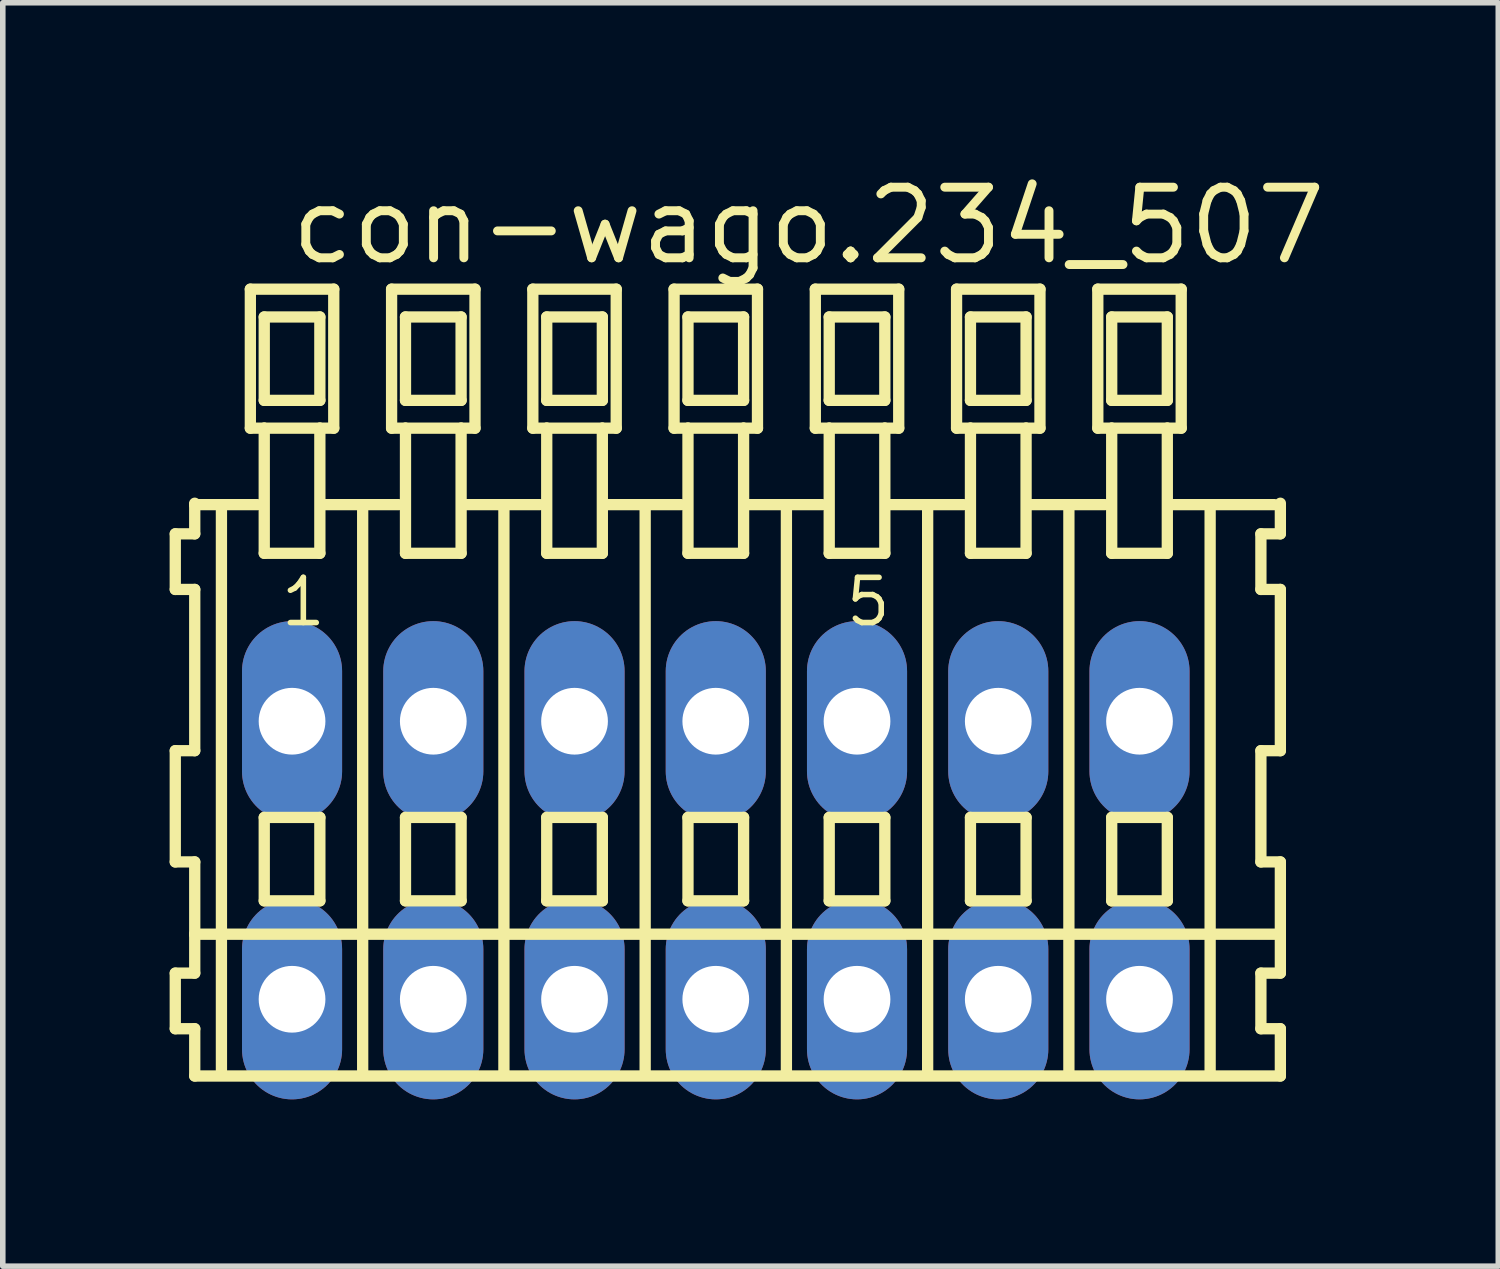
<source format=kicad_pcb>
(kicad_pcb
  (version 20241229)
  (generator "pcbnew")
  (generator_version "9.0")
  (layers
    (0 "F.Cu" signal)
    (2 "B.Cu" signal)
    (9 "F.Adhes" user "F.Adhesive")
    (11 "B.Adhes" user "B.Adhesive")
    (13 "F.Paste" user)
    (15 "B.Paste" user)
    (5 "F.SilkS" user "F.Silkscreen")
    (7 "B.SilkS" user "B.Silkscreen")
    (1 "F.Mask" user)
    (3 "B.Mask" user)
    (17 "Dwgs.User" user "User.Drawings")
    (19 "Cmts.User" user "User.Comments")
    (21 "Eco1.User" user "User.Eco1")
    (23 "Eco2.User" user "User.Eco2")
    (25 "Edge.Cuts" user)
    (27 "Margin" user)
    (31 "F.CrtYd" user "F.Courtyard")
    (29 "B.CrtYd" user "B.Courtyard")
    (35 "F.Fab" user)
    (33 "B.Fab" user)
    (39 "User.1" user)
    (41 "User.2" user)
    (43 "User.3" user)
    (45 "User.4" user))
  (footprint "con-wago.234_507"
    (layer "F.Cu")
    (at 9.822 12.42)
    (property "Reference" "con-wago.234_507" (at -7.72 -10.67 0) (layer "F.SilkS") (effects (font (size 1.27 1.27) (thickness 0.16)) (justify left bottom)))
    (attr through_hole)
    (fp_line (start -9.72 -5.87) (end -9.72 -4.87) (stroke (width 0.203) (type default)) (layer "F.SilkS"))
    (fp_line (start -9.72 -4.87) (end -9.37 -4.87) (stroke (width 0.203) (type default)) (layer "F.SilkS"))
    (fp_line (start -9.72 -1.97) (end -9.72 0.03) (stroke (width 0.203) (type default)) (layer "F.SilkS"))
    (fp_line (start -9.72 0.03) (end -9.37 0.03) (stroke (width 0.203) (type default)) (layer "F.SilkS"))
    (fp_line (start -9.72 2.03) (end -9.72 3.03) (stroke (width 0.203) (type default)) (layer "F.SilkS"))
    (fp_line (start -9.72 3.03) (end -9.37 3.03) (stroke (width 0.203) (type default)) (layer "F.SilkS"))
    (fp_line (start -9.37 -6.42) (end -9.37 -6.395) (stroke (width 0.203) (type default)) (layer "F.SilkS"))
    (fp_line (start -9.37 -6.395) (end -9.37 -5.87) (stroke (width 0.203) (type default)) (layer "F.SilkS"))
    (fp_line (start -9.37 -6.395) (end -8.245 -6.395) (stroke (width 0.203) (type default)) (layer "F.SilkS"))
    (fp_line (start -9.37 -5.87) (end -9.72 -5.87) (stroke (width 0.203) (type default)) (layer "F.SilkS"))
    (fp_line (start -9.37 -4.87) (end -9.37 -1.97) (stroke (width 0.203) (type default)) (layer "F.SilkS"))
    (fp_line (start -9.37 -1.97) (end -9.72 -1.97) (stroke (width 0.203) (type default)) (layer "F.SilkS"))
    (fp_line (start -9.37 0.03) (end -9.37 1.33) (stroke (width 0.203) (type default)) (layer "F.SilkS"))
    (fp_line (start -9.37 1.33) (end -9.37 2.03) (stroke (width 0.203) (type default)) (layer "F.SilkS"))
    (fp_line (start -9.37 1.33) (end 10.153 1.33) (stroke (width 0.203) (type default)) (layer "F.SilkS"))
    (fp_line (start -9.37 2.03) (end -9.72 2.03) (stroke (width 0.203) (type default)) (layer "F.SilkS"))
    (fp_line (start -9.37 3.03) (end -9.37 3.88) (stroke (width 0.203) (type default)) (layer "F.SilkS"))
    (fp_line (start -9.37 3.88) (end 10.153 3.88) (stroke (width 0.203) (type default)) (layer "F.SilkS"))
    (fp_line (start -8.89 3.83) (end -8.89 -6.33) (stroke (width 0.203) (type default)) (layer "F.SilkS"))
    (fp_line (start -8.37 -10.27) (end -8.37 -7.77) (stroke (width 0.203) (type default)) (layer "F.SilkS"))
    (fp_line (start -8.37 -7.77) (end -8.12 -7.77) (stroke (width 0.203) (type default)) (layer "F.SilkS"))
    (fp_line (start -8.12 -9.77) (end -8.12 -8.27) (stroke (width 0.203) (type default)) (layer "F.SilkS"))
    (fp_line (start -8.12 -8.27) (end -7.12 -8.27) (stroke (width 0.203) (type default)) (layer "F.SilkS"))
    (fp_line (start -8.12 -7.77) (end -8.12 -5.52) (stroke (width 0.203) (type default)) (layer "F.SilkS"))
    (fp_line (start -8.12 -7.77) (end -7.12 -7.77) (stroke (width 0.203) (type default)) (layer "F.SilkS"))
    (fp_line (start -8.12 -5.52) (end -7.12 -5.52) (stroke (width 0.203) (type default)) (layer "F.SilkS"))
    (fp_line (start -8.12 -0.77) (end -8.12 0.73) (stroke (width 0.203) (type default)) (layer "F.SilkS"))
    (fp_line (start -8.12 0.73) (end -7.12 0.73) (stroke (width 0.203) (type default)) (layer "F.SilkS"))
    (fp_line (start -7.12 -9.77) (end -8.12 -9.77) (stroke (width 0.203) (type default)) (layer "F.SilkS"))
    (fp_line (start -7.12 -8.27) (end -7.12 -9.77) (stroke (width 0.203) (type default)) (layer "F.SilkS"))
    (fp_line (start -7.12 -7.77) (end -6.87 -7.77) (stroke (width 0.203) (type default)) (layer "F.SilkS"))
    (fp_line (start -7.12 -5.52) (end -7.12 -7.77) (stroke (width 0.203) (type default)) (layer "F.SilkS"))
    (fp_line (start -7.12 -0.77) (end -8.12 -0.77) (stroke (width 0.203) (type default)) (layer "F.SilkS"))
    (fp_line (start -7.12 0.73) (end -7.12 -0.77) (stroke (width 0.203) (type default)) (layer "F.SilkS"))
    (fp_line (start -7.084 -6.395) (end -5.705 -6.395) (stroke (width 0.203) (type default)) (layer "F.SilkS"))
    (fp_line (start -6.87 -10.27) (end -8.37 -10.27) (stroke (width 0.203) (type default)) (layer "F.SilkS"))
    (fp_line (start -6.87 -7.77) (end -6.87 -10.27) (stroke (width 0.203) (type default)) (layer "F.SilkS"))
    (fp_line (start -6.35 3.83) (end -6.35 -6.33) (stroke (width 0.203) (type default)) (layer "F.SilkS"))
    (fp_line (start -5.83 -10.27) (end -5.83 -7.77) (stroke (width 0.203) (type default)) (layer "F.SilkS"))
    (fp_line (start -5.83 -7.77) (end -5.58 -7.77) (stroke (width 0.203) (type default)) (layer "F.SilkS"))
    (fp_line (start -5.58 -9.77) (end -5.58 -8.27) (stroke (width 0.203) (type default)) (layer "F.SilkS"))
    (fp_line (start -5.58 -8.27) (end -4.58 -8.27) (stroke (width 0.203) (type default)) (layer "F.SilkS"))
    (fp_line (start -5.58 -7.77) (end -5.58 -5.52) (stroke (width 0.203) (type default)) (layer "F.SilkS"))
    (fp_line (start -5.58 -7.77) (end -4.58 -7.77) (stroke (width 0.203) (type default)) (layer "F.SilkS"))
    (fp_line (start -5.58 -5.52) (end -4.58 -5.52) (stroke (width 0.203) (type default)) (layer "F.SilkS"))
    (fp_line (start -5.58 -0.77) (end -5.58 0.73) (stroke (width 0.203) (type default)) (layer "F.SilkS"))
    (fp_line (start -5.58 0.73) (end -4.58 0.73) (stroke (width 0.203) (type default)) (layer "F.SilkS"))
    (fp_line (start -4.58 -9.77) (end -5.58 -9.77) (stroke (width 0.203) (type default)) (layer "F.SilkS"))
    (fp_line (start -4.58 -8.27) (end -4.58 -9.77) (stroke (width 0.203) (type default)) (layer "F.SilkS"))
    (fp_line (start -4.58 -7.77) (end -4.33 -7.77) (stroke (width 0.203) (type default)) (layer "F.SilkS"))
    (fp_line (start -4.58 -5.52) (end -4.58 -7.77) (stroke (width 0.203) (type default)) (layer "F.SilkS"))
    (fp_line (start -4.58 -0.77) (end -5.58 -0.77) (stroke (width 0.203) (type default)) (layer "F.SilkS"))
    (fp_line (start -4.58 0.73) (end -4.58 -0.77) (stroke (width 0.203) (type default)) (layer "F.SilkS"))
    (fp_line (start -4.544 -6.395) (end -3.165 -6.395) (stroke (width 0.203) (type default)) (layer "F.SilkS"))
    (fp_line (start -4.33 -10.27) (end -5.83 -10.27) (stroke (width 0.203) (type default)) (layer "F.SilkS"))
    (fp_line (start -4.33 -7.77) (end -4.33 -10.27) (stroke (width 0.203) (type default)) (layer "F.SilkS"))
    (fp_line (start -3.81 3.83) (end -3.81 -6.33) (stroke (width 0.203) (type default)) (layer "F.SilkS"))
    (fp_line (start -3.29 -10.27) (end -3.29 -7.77) (stroke (width 0.203) (type default)) (layer "F.SilkS"))
    (fp_line (start -3.29 -7.77) (end -3.04 -7.77) (stroke (width 0.203) (type default)) (layer "F.SilkS"))
    (fp_line (start -3.04 -9.77) (end -3.04 -8.27) (stroke (width 0.203) (type default)) (layer "F.SilkS"))
    (fp_line (start -3.04 -8.27) (end -2.04 -8.27) (stroke (width 0.203) (type default)) (layer "F.SilkS"))
    (fp_line (start -3.04 -7.77) (end -3.04 -5.52) (stroke (width 0.203) (type default)) (layer "F.SilkS"))
    (fp_line (start -3.04 -7.77) (end -2.04 -7.77) (stroke (width 0.203) (type default)) (layer "F.SilkS"))
    (fp_line (start -3.04 -5.52) (end -2.04 -5.52) (stroke (width 0.203) (type default)) (layer "F.SilkS"))
    (fp_line (start -3.04 -0.77) (end -3.04 0.73) (stroke (width 0.203) (type default)) (layer "F.SilkS"))
    (fp_line (start -3.04 0.73) (end -2.04 0.73) (stroke (width 0.203) (type default)) (layer "F.SilkS"))
    (fp_line (start -2.04 -9.77) (end -3.04 -9.77) (stroke (width 0.203) (type default)) (layer "F.SilkS"))
    (fp_line (start -2.04 -8.27) (end -2.04 -9.77) (stroke (width 0.203) (type default)) (layer "F.SilkS"))
    (fp_line (start -2.04 -7.77) (end -1.79 -7.77) (stroke (width 0.203) (type default)) (layer "F.SilkS"))
    (fp_line (start -2.04 -5.52) (end -2.04 -7.77) (stroke (width 0.203) (type default)) (layer "F.SilkS"))
    (fp_line (start -2.04 -0.77) (end -3.04 -0.77) (stroke (width 0.203) (type default)) (layer "F.SilkS"))
    (fp_line (start -2.04 0.73) (end -2.04 -0.77) (stroke (width 0.203) (type default)) (layer "F.SilkS"))
    (fp_line (start -2.004 -6.395) (end -0.625 -6.395) (stroke (width 0.203) (type default)) (layer "F.SilkS"))
    (fp_line (start -1.79 -10.27) (end -3.29 -10.27) (stroke (width 0.203) (type default)) (layer "F.SilkS"))
    (fp_line (start -1.79 -7.77) (end -1.79 -10.27) (stroke (width 0.203) (type default)) (layer "F.SilkS"))
    (fp_line (start -1.27 3.83) (end -1.27 -6.33) (stroke (width 0.203) (type default)) (layer "F.SilkS"))
    (fp_line (start -0.75 -10.27) (end -0.75 -7.77) (stroke (width 0.203) (type default)) (layer "F.SilkS"))
    (fp_line (start -0.75 -7.77) (end -0.5 -7.77) (stroke (width 0.203) (type default)) (layer "F.SilkS"))
    (fp_line (start -0.5 -9.77) (end -0.5 -8.27) (stroke (width 0.203) (type default)) (layer "F.SilkS"))
    (fp_line (start -0.5 -8.27) (end 0.5 -8.27) (stroke (width 0.203) (type default)) (layer "F.SilkS"))
    (fp_line (start -0.5 -7.77) (end -0.5 -5.52) (stroke (width 0.203) (type default)) (layer "F.SilkS"))
    (fp_line (start -0.5 -7.77) (end 0.5 -7.77) (stroke (width 0.203) (type default)) (layer "F.SilkS"))
    (fp_line (start -0.5 -5.52) (end 0.5 -5.52) (stroke (width 0.203) (type default)) (layer "F.SilkS"))
    (fp_line (start -0.5 -0.77) (end -0.5 0.73) (stroke (width 0.203) (type default)) (layer "F.SilkS"))
    (fp_line (start -0.5 0.73) (end 0.5 0.73) (stroke (width 0.203) (type default)) (layer "F.SilkS"))
    (fp_line (start 0.5 -9.77) (end -0.5 -9.77) (stroke (width 0.203) (type default)) (layer "F.SilkS"))
    (fp_line (start 0.5 -8.27) (end 0.5 -9.77) (stroke (width 0.203) (type default)) (layer "F.SilkS"))
    (fp_line (start 0.5 -7.77) (end 0.75 -7.77) (stroke (width 0.203) (type default)) (layer "F.SilkS"))
    (fp_line (start 0.5 -5.52) (end 0.5 -7.77) (stroke (width 0.203) (type default)) (layer "F.SilkS"))
    (fp_line (start 0.5 -0.77) (end -0.5 -0.77) (stroke (width 0.203) (type default)) (layer "F.SilkS"))
    (fp_line (start 0.5 0.73) (end 0.5 -0.77) (stroke (width 0.203) (type default)) (layer "F.SilkS"))
    (fp_line (start 0.536 -6.395) (end 1.915 -6.395) (stroke (width 0.203) (type default)) (layer "F.SilkS"))
    (fp_line (start 0.75 -10.27) (end -0.75 -10.27) (stroke (width 0.203) (type default)) (layer "F.SilkS"))
    (fp_line (start 0.75 -7.77) (end 0.75 -10.27) (stroke (width 0.203) (type default)) (layer "F.SilkS"))
    (fp_line (start 1.27 3.83) (end 1.27 -6.33) (stroke (width 0.203) (type default)) (layer "F.SilkS"))
    (fp_line (start 1.79 -10.27) (end 1.79 -7.77) (stroke (width 0.203) (type default)) (layer "F.SilkS"))
    (fp_line (start 1.79 -7.77) (end 2.04 -7.77) (stroke (width 0.203) (type default)) (layer "F.SilkS"))
    (fp_line (start 2.04 -9.77) (end 2.04 -8.27) (stroke (width 0.203) (type default)) (layer "F.SilkS"))
    (fp_line (start 2.04 -8.27) (end 3.04 -8.27) (stroke (width 0.203) (type default)) (layer "F.SilkS"))
    (fp_line (start 2.04 -7.77) (end 2.04 -5.52) (stroke (width 0.203) (type default)) (layer "F.SilkS"))
    (fp_line (start 2.04 -7.77) (end 3.04 -7.77) (stroke (width 0.203) (type default)) (layer "F.SilkS"))
    (fp_line (start 2.04 -5.52) (end 3.04 -5.52) (stroke (width 0.203) (type default)) (layer "F.SilkS"))
    (fp_line (start 2.04 -0.77) (end 2.04 0.73) (stroke (width 0.203) (type default)) (layer "F.SilkS"))
    (fp_line (start 2.04 0.73) (end 3.04 0.73) (stroke (width 0.203) (type default)) (layer "F.SilkS"))
    (fp_line (start 3.04 -9.77) (end 2.04 -9.77) (stroke (width 0.203) (type default)) (layer "F.SilkS"))
    (fp_line (start 3.04 -8.27) (end 3.04 -9.77) (stroke (width 0.203) (type default)) (layer "F.SilkS"))
    (fp_line (start 3.04 -7.77) (end 3.29 -7.77) (stroke (width 0.203) (type default)) (layer "F.SilkS"))
    (fp_line (start 3.04 -5.52) (end 3.04 -7.77) (stroke (width 0.203) (type default)) (layer "F.SilkS"))
    (fp_line (start 3.04 -0.77) (end 2.04 -0.77) (stroke (width 0.203) (type default)) (layer "F.SilkS"))
    (fp_line (start 3.04 0.73) (end 3.04 -0.77) (stroke (width 0.203) (type default)) (layer "F.SilkS"))
    (fp_line (start 3.076 -6.395) (end 4.455 -6.395) (stroke (width 0.203) (type default)) (layer "F.SilkS"))
    (fp_line (start 3.29 -10.27) (end 1.79 -10.27) (stroke (width 0.203) (type default)) (layer "F.SilkS"))
    (fp_line (start 3.29 -7.77) (end 3.29 -10.27) (stroke (width 0.203) (type default)) (layer "F.SilkS"))
    (fp_line (start 3.81 3.83) (end 3.81 -6.33) (stroke (width 0.203) (type default)) (layer "F.SilkS"))
    (fp_line (start 4.33 -10.27) (end 4.33 -7.77) (stroke (width 0.203) (type default)) (layer "F.SilkS"))
    (fp_line (start 4.33 -7.77) (end 4.58 -7.77) (stroke (width 0.203) (type default)) (layer "F.SilkS"))
    (fp_line (start 4.58 -9.77) (end 4.58 -8.27) (stroke (width 0.203) (type default)) (layer "F.SilkS"))
    (fp_line (start 4.58 -8.27) (end 5.58 -8.27) (stroke (width 0.203) (type default)) (layer "F.SilkS"))
    (fp_line (start 4.58 -7.77) (end 4.58 -5.52) (stroke (width 0.203) (type default)) (layer "F.SilkS"))
    (fp_line (start 4.58 -7.77) (end 5.58 -7.77) (stroke (width 0.203) (type default)) (layer "F.SilkS"))
    (fp_line (start 4.58 -5.52) (end 5.58 -5.52) (stroke (width 0.203) (type default)) (layer "F.SilkS"))
    (fp_line (start 4.58 -0.77) (end 4.58 0.73) (stroke (width 0.203) (type default)) (layer "F.SilkS"))
    (fp_line (start 4.58 0.73) (end 5.58 0.73) (stroke (width 0.203) (type default)) (layer "F.SilkS"))
    (fp_line (start 5.58 -9.77) (end 4.58 -9.77) (stroke (width 0.203) (type default)) (layer "F.SilkS"))
    (fp_line (start 5.58 -8.27) (end 5.58 -9.77) (stroke (width 0.203) (type default)) (layer "F.SilkS"))
    (fp_line (start 5.58 -7.77) (end 5.83 -7.77) (stroke (width 0.203) (type default)) (layer "F.SilkS"))
    (fp_line (start 5.58 -5.52) (end 5.58 -7.77) (stroke (width 0.203) (type default)) (layer "F.SilkS"))
    (fp_line (start 5.58 -0.77) (end 4.58 -0.77) (stroke (width 0.203) (type default)) (layer "F.SilkS"))
    (fp_line (start 5.58 0.73) (end 5.58 -0.77) (stroke (width 0.203) (type default)) (layer "F.SilkS"))
    (fp_line (start 5.616 -6.395) (end 6.995 -6.395) (stroke (width 0.203) (type default)) (layer "F.SilkS"))
    (fp_line (start 5.83 -10.27) (end 4.33 -10.27) (stroke (width 0.203) (type default)) (layer "F.SilkS"))
    (fp_line (start 5.83 -7.77) (end 5.83 -10.27) (stroke (width 0.203) (type default)) (layer "F.SilkS"))
    (fp_line (start 6.35 3.83) (end 6.35 -6.33) (stroke (width 0.203) (type default)) (layer "F.SilkS"))
    (fp_line (start 6.87 -10.27) (end 6.87 -7.77) (stroke (width 0.203) (type default)) (layer "F.SilkS"))
    (fp_line (start 6.87 -7.77) (end 7.12 -7.77) (stroke (width 0.203) (type default)) (layer "F.SilkS"))
    (fp_line (start 7.12 -9.77) (end 7.12 -8.27) (stroke (width 0.203) (type default)) (layer "F.SilkS"))
    (fp_line (start 7.12 -8.27) (end 8.12 -8.27) (stroke (width 0.203) (type default)) (layer "F.SilkS"))
    (fp_line (start 7.12 -7.77) (end 7.12 -5.52) (stroke (width 0.203) (type default)) (layer "F.SilkS"))
    (fp_line (start 7.12 -7.77) (end 8.12 -7.77) (stroke (width 0.203) (type default)) (layer "F.SilkS"))
    (fp_line (start 7.12 -5.52) (end 8.12 -5.52) (stroke (width 0.203) (type default)) (layer "F.SilkS"))
    (fp_line (start 7.12 -0.77) (end 7.12 0.73) (stroke (width 0.203) (type default)) (layer "F.SilkS"))
    (fp_line (start 7.12 0.73) (end 8.12 0.73) (stroke (width 0.203) (type default)) (layer "F.SilkS"))
    (fp_line (start 8.12 -9.77) (end 7.12 -9.77) (stroke (width 0.203) (type default)) (layer "F.SilkS"))
    (fp_line (start 8.12 -8.27) (end 8.12 -9.77) (stroke (width 0.203) (type default)) (layer "F.SilkS"))
    (fp_line (start 8.12 -7.77) (end 8.37 -7.77) (stroke (width 0.203) (type default)) (layer "F.SilkS"))
    (fp_line (start 8.12 -5.52) (end 8.12 -7.77) (stroke (width 0.203) (type default)) (layer "F.SilkS"))
    (fp_line (start 8.12 -0.77) (end 7.12 -0.77) (stroke (width 0.203) (type default)) (layer "F.SilkS"))
    (fp_line (start 8.12 0.73) (end 8.12 -0.77) (stroke (width 0.203) (type default)) (layer "F.SilkS"))
    (fp_line (start 8.156 -6.395) (end 10.043 -6.395) (stroke (width 0.203) (type default)) (layer "F.SilkS"))
    (fp_line (start 8.37 -10.27) (end 6.87 -10.27) (stroke (width 0.203) (type default)) (layer "F.SilkS"))
    (fp_line (start 8.37 -7.77) (end 8.37 -10.27) (stroke (width 0.203) (type default)) (layer "F.SilkS"))
    (fp_line (start 8.89 3.83) (end 8.89 -6.33) (stroke (width 0.203) (type default)) (layer "F.SilkS"))
    (fp_line (start 9.803 -5.87) (end 9.803 -4.87) (stroke (width 0.203) (type default)) (layer "F.SilkS"))
    (fp_line (start 9.803 -4.87) (end 10.153 -4.87) (stroke (width 0.203) (type default)) (layer "F.SilkS"))
    (fp_line (start 9.803 -1.97) (end 9.803 0.03) (stroke (width 0.203) (type default)) (layer "F.SilkS"))
    (fp_line (start 9.803 0.03) (end 10.153 0.03) (stroke (width 0.203) (type default)) (layer "F.SilkS"))
    (fp_line (start 9.803 2.03) (end 9.803 3.03) (stroke (width 0.203) (type default)) (layer "F.SilkS"))
    (fp_line (start 9.803 3.03) (end 10.153 3.03) (stroke (width 0.203) (type default)) (layer "F.SilkS"))
    (fp_line (start 10.153 -5.87) (end 9.803 -5.87) (stroke (width 0.203) (type default)) (layer "F.SilkS"))
    (fp_line (start 10.153 -5.87) (end 10.153 -6.42) (stroke (width 0.203) (type default)) (layer "F.SilkS"))
    (fp_line (start 10.153 -1.97) (end 9.803 -1.97) (stroke (width 0.203) (type default)) (layer "F.SilkS"))
    (fp_line (start 10.153 -1.97) (end 10.153 -4.87) (stroke (width 0.203) (type default)) (layer "F.SilkS"))
    (fp_line (start 10.153 1.33) (end 10.153 0.03) (stroke (width 0.203) (type default)) (layer "F.SilkS"))
    (fp_line (start 10.153 2.03) (end 9.803 2.03) (stroke (width 0.203) (type default)) (layer "F.SilkS"))
    (fp_line (start 10.153 2.03) (end 10.153 1.33) (stroke (width 0.203) (type default)) (layer "F.SilkS"))
    (fp_line (start 10.153 3.88) (end 10.153 3.03) (stroke (width 0.203) (type default)) (layer "F.SilkS"))
    (fp_text user "5" (at 2.29 -4.17 0) (layer "F.SilkS") (effects (font (size 0.813 0.813) (thickness 0.1)) (justify left bottom)))
    (fp_text user "1" (at -7.87 -4.17 0) (layer "F.SilkS") (effects (font (size 0.813 0.813) (thickness 0.1)) (justify left bottom)))
    (pad "A1" thru_hole oval (at -7.62 -2.5 90) (size 3.6 1.8) (drill 1.2) (layers "*.Cu" "*.Mask"))
    (pad "A2" thru_hole oval (at -5.08 -2.5 90) (size 3.6 1.8) (drill 1.2) (layers "*.Cu" "*.Mask"))
    (pad "A3" thru_hole oval (at -2.54 -2.5 90) (size 3.6 1.8) (drill 1.2) (layers "*.Cu" "*.Mask"))
    (pad "A4" thru_hole oval (at 0 -2.5 90) (size 3.6 1.8) (drill 1.2) (layers "*.Cu" "*.Mask"))
    (pad "A5" thru_hole oval (at 2.54 -2.5 90) (size 3.6 1.8) (drill 1.2) (layers "*.Cu" "*.Mask"))
    (pad "A6" thru_hole oval (at 5.08 -2.5 90) (size 3.6 1.8) (drill 1.2) (layers "*.Cu" "*.Mask"))
    (pad "A7" thru_hole oval (at 7.62 -2.5 90) (size 3.6 1.8) (drill 1.2) (layers "*.Cu" "*.Mask"))
    (pad "B1" thru_hole oval (at -7.62 2.5 90) (size 3.6 1.8) (drill 1.2) (layers "*.Cu" "*.Mask"))
    (pad "B2" thru_hole oval (at -5.08 2.5 90) (size 3.6 1.8) (drill 1.2) (layers "*.Cu" "*.Mask"))
    (pad "B3" thru_hole oval (at -2.54 2.5 90) (size 3.6 1.8) (drill 1.2) (layers "*.Cu" "*.Mask"))
    (pad "B4" thru_hole oval (at 0 2.5 90) (size 3.6 1.8) (drill 1.2) (layers "*.Cu" "*.Mask"))
    (pad "B5" thru_hole oval (at 2.54 2.5 90) (size 3.6 1.8) (drill 1.2) (layers "*.Cu" "*.Mask"))
    (pad "B6" thru_hole oval (at 5.08 2.5 90) (size 3.6 1.8) (drill 1.2) (layers "*.Cu" "*.Mask"))
    (pad "B7" thru_hole oval (at 7.62 2.5 90) (size 3.6 1.8) (drill 1.2) (layers "*.Cu" "*.Mask")))
  (gr_rect
    (start -3 -3)
    (end 23.894 19.72)
    (stroke (width 0.1) (type default))
    (fill no)
    (layer "Edge.Cuts")))
</source>
